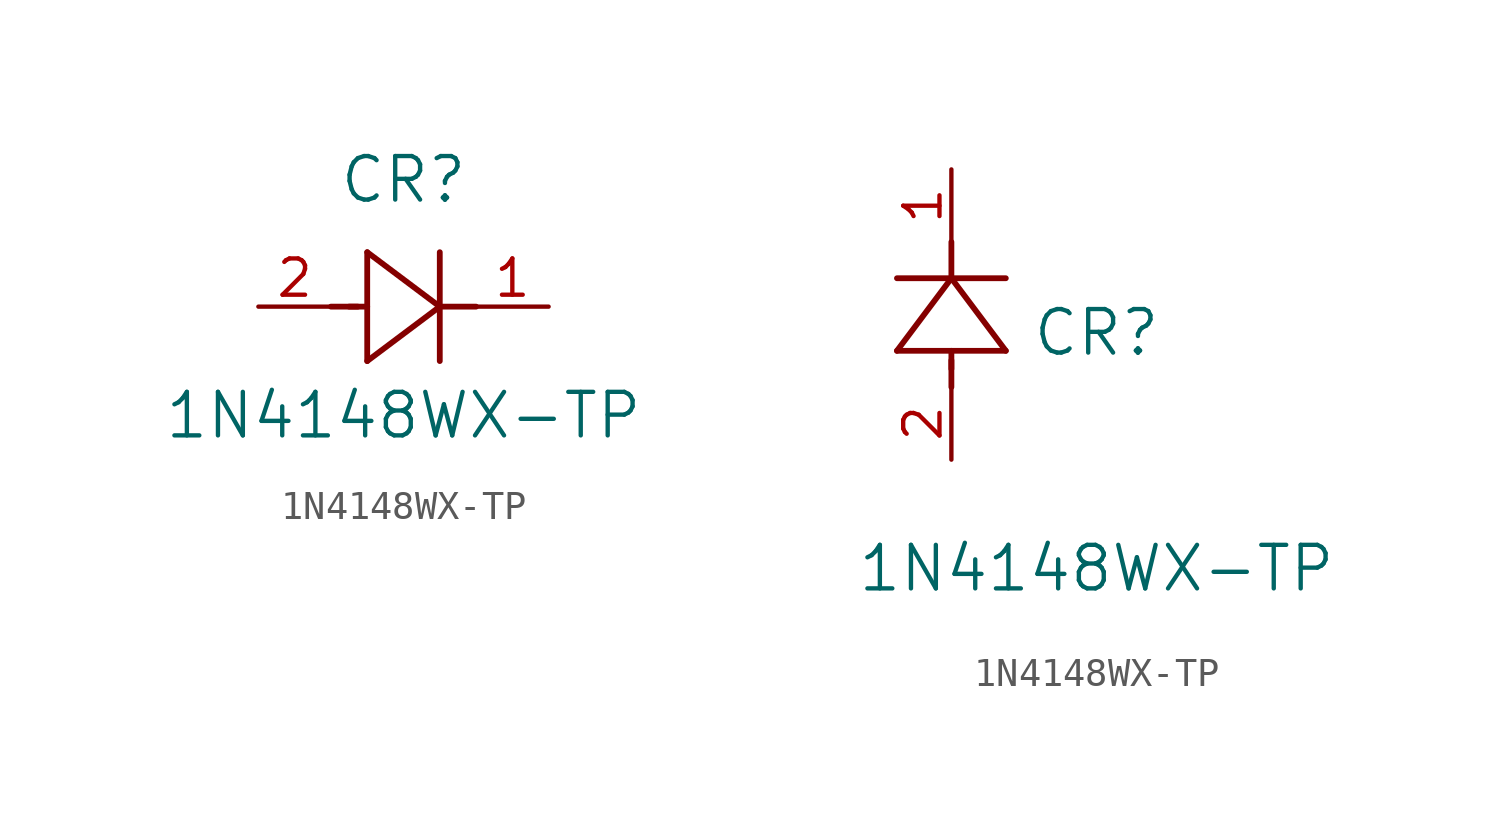
<source format=kicad_sym>
(kicad_symbol_lib
  (version 20231120)
  (generator "kicad_symbol_editor")
  (generator_version "8.0")
  (symbol "1N4148WX-TP"
    (pin_names
      (offset 0.254))
    (property "Reference" "CR"
      (at 5.08 4.445 0)
      (effects (font (size 1.524 1.524))))
    (property "Value" "1N4148WX-TP"
      (at 5.08 -3.81 0)
      (effects (font (size 1.524 1.524))))
    (property "ki_locked" ""
      (at 0 0 0)
      (effects (font (size 1.27 1.27))))
    (symbol "1N4148WX-TP_1_1"
      (polyline (pts (xy 2.54 0) (xy 3.48 0)) (stroke (width 0.203) (type default)) (fill (type none)))
      (polyline (pts (xy 3.175 0) (xy 3.81 0)) (stroke (width 0.203) (type default)) (fill (type none)))
      (polyline (pts (xy 3.81 -1.905) (xy 6.35 0)) (stroke (width 0.203) (type default)) (fill (type none)))
      (polyline (pts (xy 3.81 1.905) (xy 3.81 -1.905)) (stroke (width 0.203) (type default)) (fill (type none)))
      (polyline (pts (xy 6.35 -1.905) (xy 6.35 1.905)) (stroke (width 0.203) (type default)) (fill (type none)))
      (polyline (pts (xy 6.35 0) (xy 3.81 1.905)) (stroke (width 0.203) (type default)) (fill (type none)))
      (polyline (pts (xy 6.35 0) (xy 7.62 0)) (stroke (width 0.203) (type default)) (fill (type none)))
      (pin unspecified line (at 10.16 0 180) (length 2.54) (name "" (effects (font (size 1.27 1.27)))) (number "1" (effects (font (size 1.27 1.27)))))
      (pin unspecified line (at 0 0 0) (length 2.54) (name "" (effects (font (size 1.27 1.27)))) (number "2" (effects (font (size 1.27 1.27))))))
    (symbol "1N4148WX-TP_1_2"
      (polyline (pts (xy -1.905 3.81) (xy 1.905 3.81)) (stroke (width 0.203) (type default)) (fill (type none)))
      (polyline (pts (xy 0 2.54) (xy 0 3.48)) (stroke (width 0.203) (type default)) (fill (type none)))
      (polyline (pts (xy 0 3.175) (xy 0 3.81)) (stroke (width 0.203) (type default)) (fill (type none)))
      (polyline (pts (xy 0 6.35) (xy -1.905 3.81)) (stroke (width 0.203) (type default)) (fill (type none)))
      (polyline (pts (xy 0 6.35) (xy 0 7.62)) (stroke (width 0.203) (type default)) (fill (type none)))
      (polyline (pts (xy 1.905 3.81) (xy 0 6.35)) (stroke (width 0.203) (type default)) (fill (type none)))
      (polyline (pts (xy 1.905 6.35) (xy -1.905 6.35)) (stroke (width 0.203) (type default)) (fill (type none)))
      (pin unspecified line (at 0 10.16 270) (length 2.54) (name "" (effects (font (size 1.27 1.27)))) (number "1" (effects (font (size 1.27 1.27)))))
      (pin unspecified line (at 0 0 90) (length 2.54) (name "" (effects (font (size 1.27 1.27)))) (number "2" (effects (font (size 1.27 1.27))))))))
</source>
